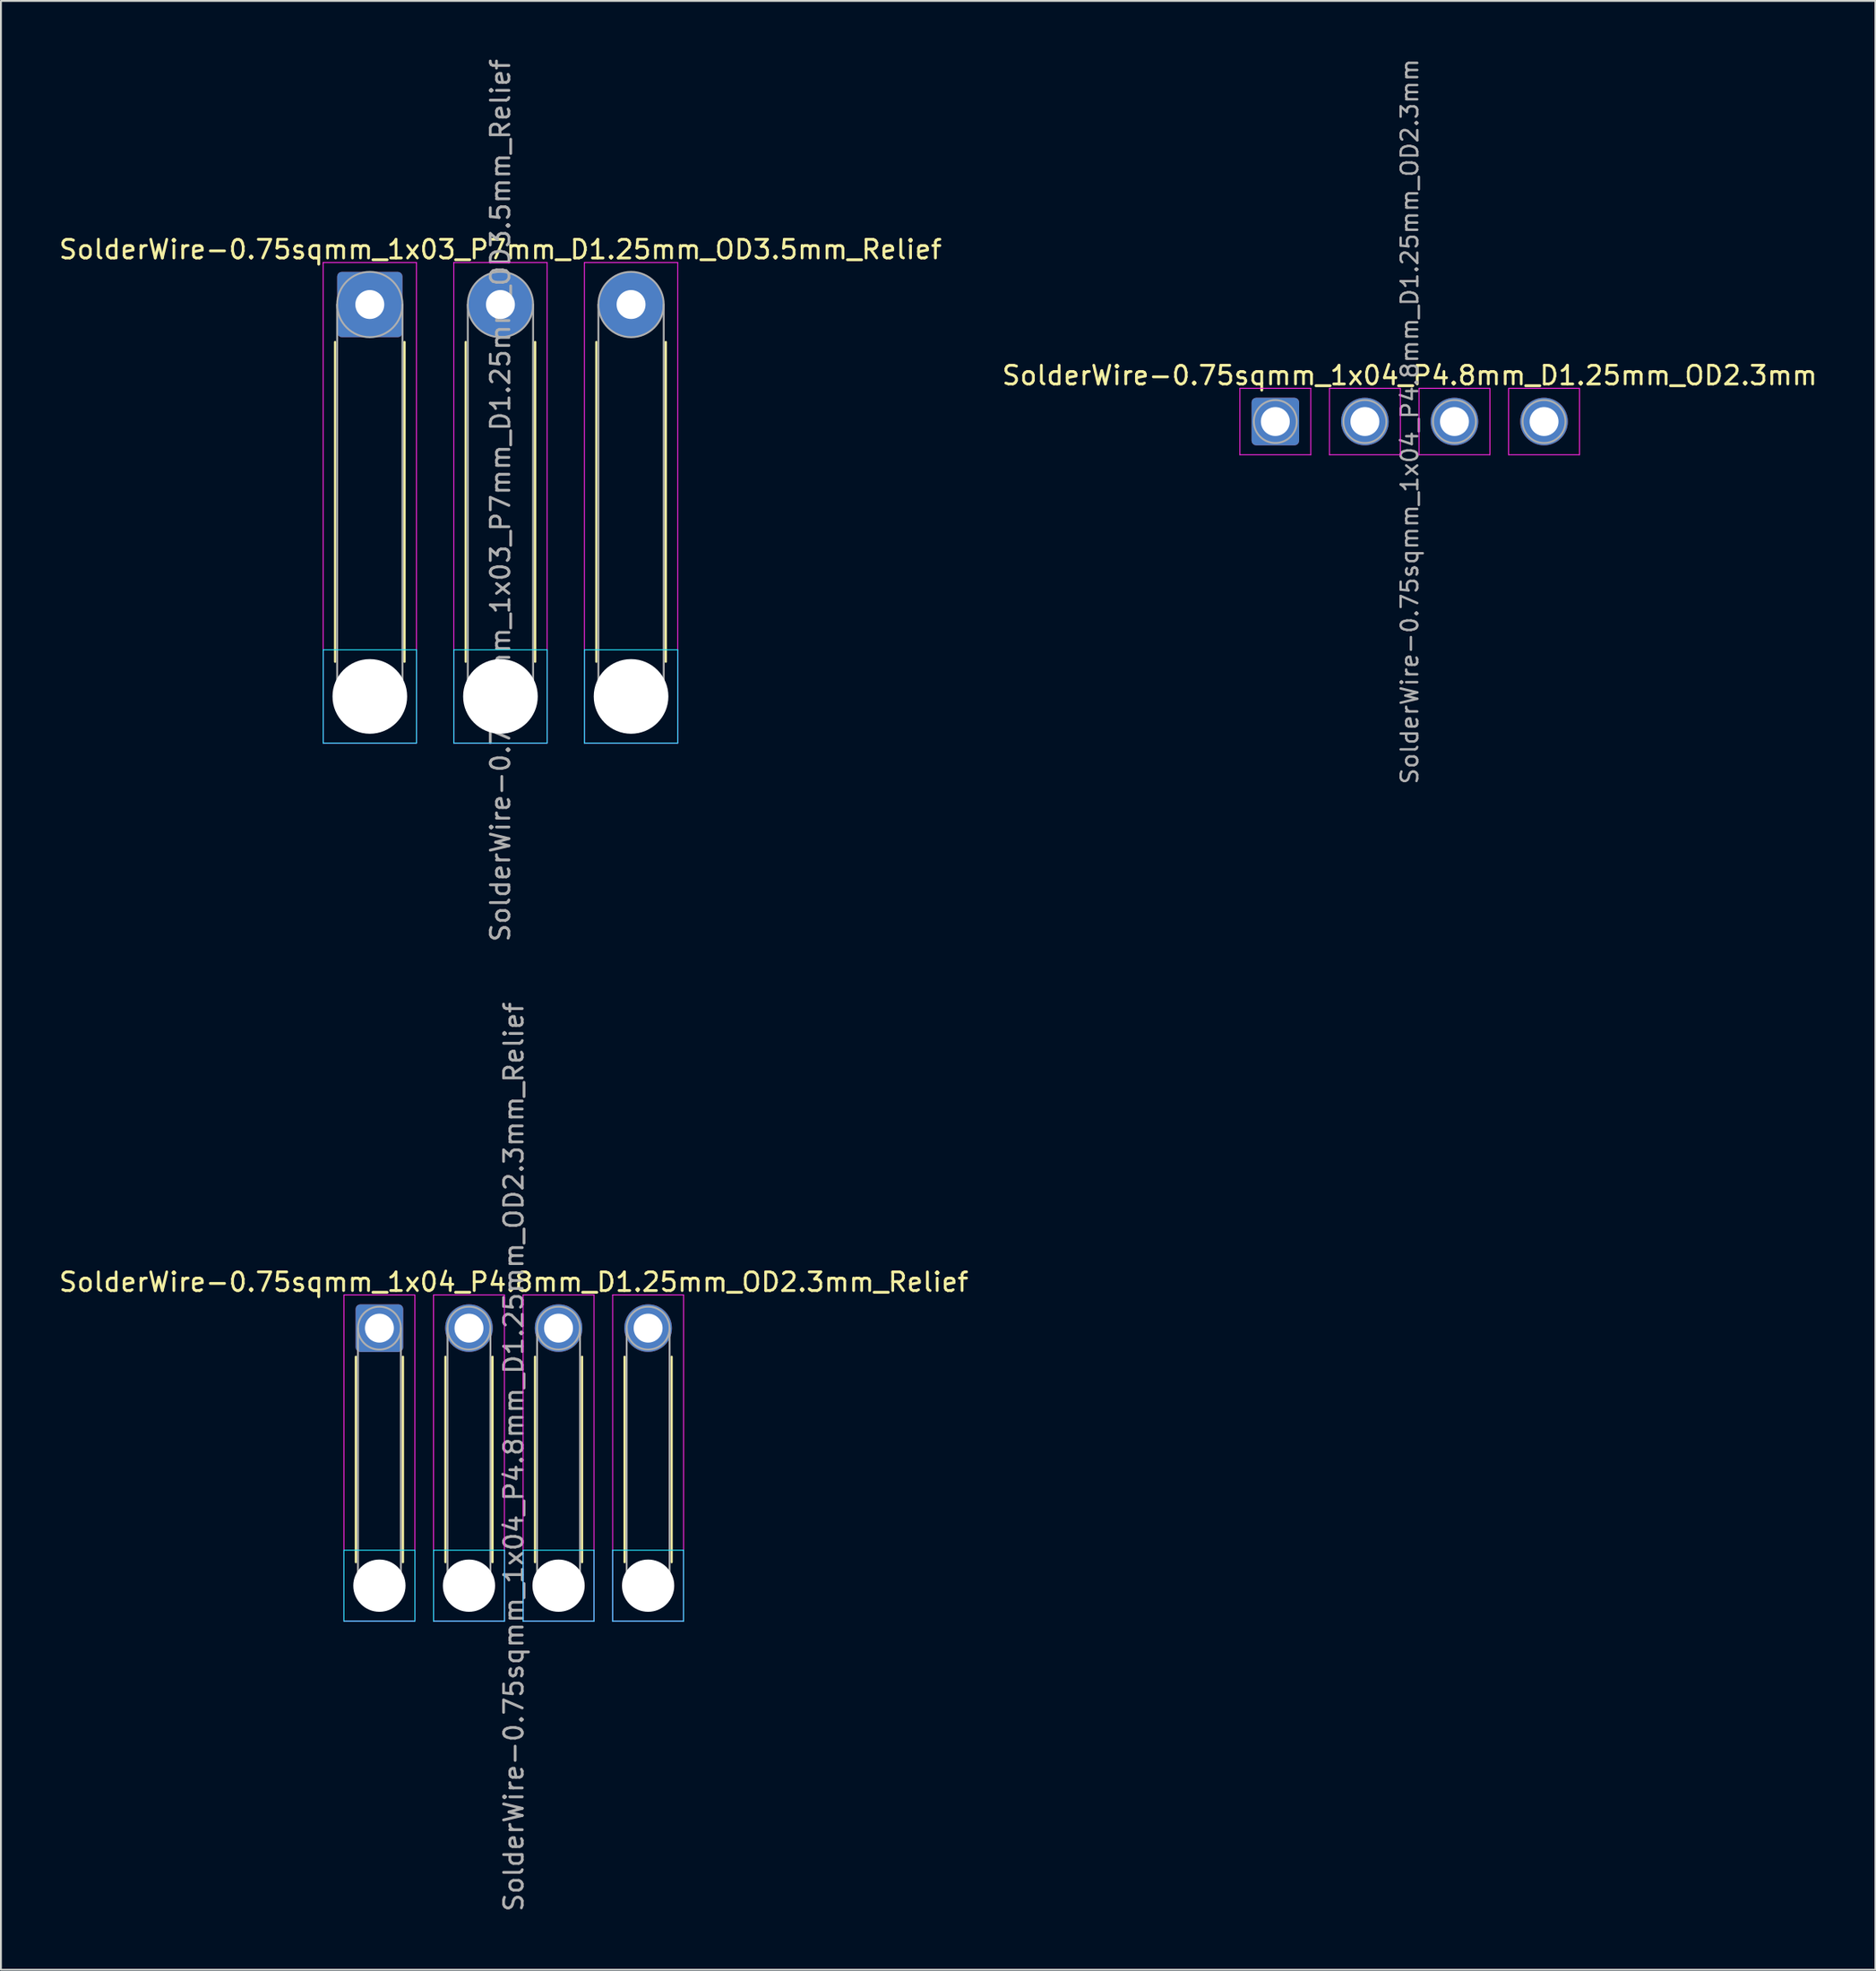
<source format=kicad_pcb>
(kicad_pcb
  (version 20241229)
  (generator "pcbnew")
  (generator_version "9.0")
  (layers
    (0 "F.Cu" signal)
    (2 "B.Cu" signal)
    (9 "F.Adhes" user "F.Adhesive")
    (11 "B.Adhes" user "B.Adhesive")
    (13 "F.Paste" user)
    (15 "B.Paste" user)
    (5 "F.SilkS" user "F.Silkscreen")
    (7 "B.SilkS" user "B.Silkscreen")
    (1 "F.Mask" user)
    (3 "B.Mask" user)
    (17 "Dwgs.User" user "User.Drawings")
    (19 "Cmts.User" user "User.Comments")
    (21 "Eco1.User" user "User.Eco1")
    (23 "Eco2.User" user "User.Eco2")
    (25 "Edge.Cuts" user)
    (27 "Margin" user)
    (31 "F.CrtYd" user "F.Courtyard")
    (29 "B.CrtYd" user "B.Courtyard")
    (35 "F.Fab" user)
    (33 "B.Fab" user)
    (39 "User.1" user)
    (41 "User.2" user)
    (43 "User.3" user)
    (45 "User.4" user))
  (footprint "SolderWire-0.75sqmm_1x04_P4.8mm_D1.25mm_OD2.3mm"
    (layer "F.Cu")
    (at 65.294 19.538)
    (property "Reference" "SolderWire-0.75sqmm_1x04_P4.8mm_D1.25mm_OD2.3mm" (at 7.2 -2.47 0) (layer "F.SilkS") (effects (font (size 1 1) (thickness 0.15))))
    (attr exclude_from_pos_files exclude_from_bom)
    (fp_line (start -1.9 -1.78) (end -1.9 1.78) (stroke (width 0.05) (type solid)) (layer "F.CrtYd"))
    (fp_line (start -1.9 1.78) (end 1.9 1.78) (stroke (width 0.05) (type solid)) (layer "F.CrtYd"))
    (fp_line (start 1.9 -1.78) (end -1.9 -1.78) (stroke (width 0.05) (type solid)) (layer "F.CrtYd"))
    (fp_line (start 1.9 1.78) (end 1.9 -1.78) (stroke (width 0.05) (type solid)) (layer "F.CrtYd"))
    (fp_line (start 2.9 -1.78) (end 2.9 1.78) (stroke (width 0.05) (type solid)) (layer "F.CrtYd"))
    (fp_line (start 2.9 1.78) (end 6.7 1.78) (stroke (width 0.05) (type solid)) (layer "F.CrtYd"))
    (fp_line (start 6.7 -1.78) (end 2.9 -1.78) (stroke (width 0.05) (type solid)) (layer "F.CrtYd"))
    (fp_line (start 6.7 1.78) (end 6.7 -1.78) (stroke (width 0.05) (type solid)) (layer "F.CrtYd"))
    (fp_line (start 7.7 -1.78) (end 7.7 1.78) (stroke (width 0.05) (type solid)) (layer "F.CrtYd"))
    (fp_line (start 7.7 1.78) (end 11.5 1.78) (stroke (width 0.05) (type solid)) (layer "F.CrtYd"))
    (fp_line (start 11.5 -1.78) (end 7.7 -1.78) (stroke (width 0.05) (type solid)) (layer "F.CrtYd"))
    (fp_line (start 11.5 1.78) (end 11.5 -1.78) (stroke (width 0.05) (type solid)) (layer "F.CrtYd"))
    (fp_line (start 12.5 -1.78) (end 12.5 1.78) (stroke (width 0.05) (type solid)) (layer "F.CrtYd"))
    (fp_line (start 12.5 1.78) (end 16.3 1.78) (stroke (width 0.05) (type solid)) (layer "F.CrtYd"))
    (fp_line (start 16.3 -1.78) (end 12.5 -1.78) (stroke (width 0.05) (type solid)) (layer "F.CrtYd"))
    (fp_line (start 16.3 1.78) (end 16.3 -1.78) (stroke (width 0.05) (type solid)) (layer "F.CrtYd"))
    (fp_circle (center 0 0) (end 1.15 0) (stroke (width 0.1) (type solid)) (fill no) (layer "F.Fab"))
    (fp_circle (center 4.8 0) (end 5.95 0) (stroke (width 0.1) (type solid)) (fill no) (layer "F.Fab"))
    (fp_circle (center 9.6 0) (end 10.75 0) (stroke (width 0.1) (type solid)) (fill no) (layer "F.Fab"))
    (fp_circle (center 14.4 0) (end 15.55 0) (stroke (width 0.1) (type solid)) (fill no) (layer "F.Fab"))
    (fp_text user "${REFERENCE}" (at 7.2 0 90) (layer "F.Fab") (effects (font (size 0.89 0.89) (thickness 0.13))))
    (pad "1" thru_hole roundrect (at 0 0) (size 2.55 2.55) (drill 1.55) (layers "*.Cu" "*.Mask") (roundrect_rratio 0.098))
    (pad "2" thru_hole circle (at 4.8 0) (size 2.55 2.55) (drill 1.55) (layers "*.Cu" "*.Mask"))
    (pad "3" thru_hole circle (at 9.6 0) (size 2.55 2.55) (drill 1.55) (layers "*.Cu" "*.Mask"))
    (pad "4" thru_hole circle (at 14.4 0) (size 2.55 2.55) (drill 1.55) (layers "*.Cu" "*.Mask")))
  (footprint "SolderWire-0.75sqmm_1x03_P7mm_D1.25mm_OD3.5mm_Relief"
    (layer "F.Cu")
    (at 16.768 13.268)
    (property "Reference" "SolderWire-0.75sqmm_1x03_P7mm_D1.25mm_OD3.5mm_Relief" (at 7 -2.95 0) (layer "F.SilkS") (effects (font (size 1 1) (thickness 0.15))))
    (attr exclude_from_pos_files exclude_from_bom)
    (fp_line (start -1.86 2.01) (end -1.86 19.14) (stroke (width 0.12) (type solid)) (layer "F.SilkS"))
    (fp_line (start 1.86 2.01) (end 1.86 19.14) (stroke (width 0.12) (type solid)) (layer "F.SilkS"))
    (fp_line (start 5.14 2.01) (end 5.14 19.14) (stroke (width 0.12) (type solid)) (layer "F.SilkS"))
    (fp_line (start 8.86 2.01) (end 8.86 19.14) (stroke (width 0.12) (type solid)) (layer "F.SilkS"))
    (fp_line (start 12.14 2.01) (end 12.14 19.14) (stroke (width 0.12) (type solid)) (layer "F.SilkS"))
    (fp_line (start 15.86 2.01) (end 15.86 19.14) (stroke (width 0.12) (type solid)) (layer "F.SilkS"))
    (fp_line (start -2.5 18.5) (end -2.5 23.5) (stroke (width 0.05) (type solid)) (layer "B.CrtYd"))
    (fp_line (start -2.5 23.5) (end 2.5 23.5) (stroke (width 0.05) (type solid)) (layer "B.CrtYd"))
    (fp_line (start 2.5 18.5) (end -2.5 18.5) (stroke (width 0.05) (type solid)) (layer "B.CrtYd"))
    (fp_line (start 2.5 23.5) (end 2.5 18.5) (stroke (width 0.05) (type solid)) (layer "B.CrtYd"))
    (fp_line (start 4.5 18.5) (end 4.5 23.5) (stroke (width 0.05) (type solid)) (layer "B.CrtYd"))
    (fp_line (start 4.5 23.5) (end 9.5 23.5) (stroke (width 0.05) (type solid)) (layer "B.CrtYd"))
    (fp_line (start 9.5 18.5) (end 4.5 18.5) (stroke (width 0.05) (type solid)) (layer "B.CrtYd"))
    (fp_line (start 9.5 23.5) (end 9.5 18.5) (stroke (width 0.05) (type solid)) (layer "B.CrtYd"))
    (fp_line (start 11.5 18.5) (end 11.5 23.5) (stroke (width 0.05) (type solid)) (layer "B.CrtYd"))
    (fp_line (start 11.5 23.5) (end 16.5 23.5) (stroke (width 0.05) (type solid)) (layer "B.CrtYd"))
    (fp_line (start 16.5 18.5) (end 11.5 18.5) (stroke (width 0.05) (type solid)) (layer "B.CrtYd"))
    (fp_line (start 16.5 23.5) (end 16.5 18.5) (stroke (width 0.05) (type solid)) (layer "B.CrtYd"))
    (fp_line (start -2.5 -2.25) (end -2.5 23.5) (stroke (width 0.05) (type solid)) (layer "F.CrtYd"))
    (fp_line (start -2.5 23.5) (end 2.5 23.5) (stroke (width 0.05) (type solid)) (layer "F.CrtYd"))
    (fp_line (start 2.5 -2.25) (end -2.5 -2.25) (stroke (width 0.05) (type solid)) (layer "F.CrtYd"))
    (fp_line (start 2.5 23.5) (end 2.5 -2.25) (stroke (width 0.05) (type solid)) (layer "F.CrtYd"))
    (fp_line (start 4.5 -2.25) (end 4.5 23.5) (stroke (width 0.05) (type solid)) (layer "F.CrtYd"))
    (fp_line (start 4.5 23.5) (end 9.5 23.5) (stroke (width 0.05) (type solid)) (layer "F.CrtYd"))
    (fp_line (start 9.5 -2.25) (end 4.5 -2.25) (stroke (width 0.05) (type solid)) (layer "F.CrtYd"))
    (fp_line (start 9.5 23.5) (end 9.5 -2.25) (stroke (width 0.05) (type solid)) (layer "F.CrtYd"))
    (fp_line (start 11.5 -2.25) (end 11.5 23.5) (stroke (width 0.05) (type solid)) (layer "F.CrtYd"))
    (fp_line (start 11.5 23.5) (end 16.5 23.5) (stroke (width 0.05) (type solid)) (layer "F.CrtYd"))
    (fp_line (start 16.5 -2.25) (end 11.5 -2.25) (stroke (width 0.05) (type solid)) (layer "F.CrtYd"))
    (fp_line (start 16.5 23.5) (end 16.5 -2.25) (stroke (width 0.05) (type solid)) (layer "F.CrtYd"))
    (fp_line (start -1.75 0) (end -1.75 21) (stroke (width 0.1) (type solid)) (layer "F.Fab"))
    (fp_line (start 1.75 0) (end 1.75 21) (stroke (width 0.1) (type solid)) (layer "F.Fab"))
    (fp_line (start 5.25 0) (end 5.25 21) (stroke (width 0.1) (type solid)) (layer "F.Fab"))
    (fp_line (start 8.75 0) (end 8.75 21) (stroke (width 0.1) (type solid)) (layer "F.Fab"))
    (fp_line (start 12.25 0) (end 12.25 21) (stroke (width 0.1) (type solid)) (layer "F.Fab"))
    (fp_line (start 15.75 0) (end 15.75 21) (stroke (width 0.1) (type solid)) (layer "F.Fab"))
    (fp_circle (center 0 0) (end 1.75 0) (stroke (width 0.1) (type solid)) (fill no) (layer "F.Fab"))
    (fp_circle (center 0 21) (end 1.75 21) (stroke (width 0.1) (type solid)) (fill no) (layer "F.Fab"))
    (fp_circle (center 7 0) (end 8.75 0) (stroke (width 0.1) (type solid)) (fill no) (layer "F.Fab"))
    (fp_circle (center 7 21) (end 8.75 21) (stroke (width 0.1) (type solid)) (fill no) (layer "F.Fab"))
    (fp_circle (center 14 0) (end 15.75 0) (stroke (width 0.1) (type solid)) (fill no) (layer "F.Fab"))
    (fp_circle (center 14 21) (end 15.75 21) (stroke (width 0.1) (type solid)) (fill no) (layer "F.Fab"))
    (fp_text user "${REFERENCE}" (at 7 10.5 90) (layer "F.Fab") (effects (font (size 1 1) (thickness 0.15))))
    (pad "" np_thru_hole circle (at 0 21) (size 4 4) (drill 4) (layers "*.Cu" "*.Mask"))
    (pad "" np_thru_hole circle (at 7 21) (size 4 4) (drill 4) (layers "*.Cu" "*.Mask"))
    (pad "" np_thru_hole circle (at 14 21) (size 4 4) (drill 4) (layers "*.Cu" "*.Mask"))
    (pad "1" thru_hole roundrect (at 0 0) (size 3.5 3.5) (drill 1.55) (layers "*.Cu" "*.Mask") (roundrect_rratio 0.071))
    (pad "2" thru_hole circle (at 7 0) (size 3.5 3.5) (drill 1.55) (layers "*.Cu" "*.Mask"))
    (pad "3" thru_hole circle (at 14 0) (size 3.5 3.5) (drill 1.55) (layers "*.Cu" "*.Mask")))
  (footprint "SolderWire-0.75sqmm_1x04_P4.8mm_D1.25mm_OD2.3mm_Relief"
    (layer "F.Cu")
    (at 17.282 68.118)
    (property "Reference" "SolderWire-0.75sqmm_1x04_P4.8mm_D1.25mm_OD2.3mm_Relief" (at 7.2 -2.47 0) (layer "F.SilkS") (effects (font (size 1 1) (thickness 0.15))))
    (attr exclude_from_pos_files exclude_from_bom)
    (fp_line (start -1.26 1.535) (end -1.26 12.54) (stroke (width 0.12) (type solid)) (layer "F.SilkS"))
    (fp_line (start 1.26 1.535) (end 1.26 12.54) (stroke (width 0.12) (type solid)) (layer "F.SilkS"))
    (fp_line (start 3.54 1.535) (end 3.54 12.54) (stroke (width 0.12) (type solid)) (layer "F.SilkS"))
    (fp_line (start 6.06 1.535) (end 6.06 12.54) (stroke (width 0.12) (type solid)) (layer "F.SilkS"))
    (fp_line (start 8.34 1.535) (end 8.34 12.54) (stroke (width 0.12) (type solid)) (layer "F.SilkS"))
    (fp_line (start 10.86 1.535) (end 10.86 12.54) (stroke (width 0.12) (type solid)) (layer "F.SilkS"))
    (fp_line (start 13.14 1.535) (end 13.14 12.54) (stroke (width 0.12) (type solid)) (layer "F.SilkS"))
    (fp_line (start 15.66 1.535) (end 15.66 12.54) (stroke (width 0.12) (type solid)) (layer "F.SilkS"))
    (fp_line (start -1.9 11.9) (end -1.9 15.7) (stroke (width 0.05) (type solid)) (layer "B.CrtYd"))
    (fp_line (start -1.9 15.7) (end 1.9 15.7) (stroke (width 0.05) (type solid)) (layer "B.CrtYd"))
    (fp_line (start 1.9 11.9) (end -1.9 11.9) (stroke (width 0.05) (type solid)) (layer "B.CrtYd"))
    (fp_line (start 1.9 15.7) (end 1.9 11.9) (stroke (width 0.05) (type solid)) (layer "B.CrtYd"))
    (fp_line (start 2.9 11.9) (end 2.9 15.7) (stroke (width 0.05) (type solid)) (layer "B.CrtYd"))
    (fp_line (start 2.9 15.7) (end 6.7 15.7) (stroke (width 0.05) (type solid)) (layer "B.CrtYd"))
    (fp_line (start 6.7 11.9) (end 2.9 11.9) (stroke (width 0.05) (type solid)) (layer "B.CrtYd"))
    (fp_line (start 6.7 15.7) (end 6.7 11.9) (stroke (width 0.05) (type solid)) (layer "B.CrtYd"))
    (fp_line (start 7.7 11.9) (end 7.7 15.7) (stroke (width 0.05) (type solid)) (layer "B.CrtYd"))
    (fp_line (start 7.7 15.7) (end 11.5 15.7) (stroke (width 0.05) (type solid)) (layer "B.CrtYd"))
    (fp_line (start 11.5 11.9) (end 7.7 11.9) (stroke (width 0.05) (type solid)) (layer "B.CrtYd"))
    (fp_line (start 11.5 15.7) (end 11.5 11.9) (stroke (width 0.05) (type solid)) (layer "B.CrtYd"))
    (fp_line (start 12.5 11.9) (end 12.5 15.7) (stroke (width 0.05) (type solid)) (layer "B.CrtYd"))
    (fp_line (start 12.5 15.7) (end 16.3 15.7) (stroke (width 0.05) (type solid)) (layer "B.CrtYd"))
    (fp_line (start 16.3 11.9) (end 12.5 11.9) (stroke (width 0.05) (type solid)) (layer "B.CrtYd"))
    (fp_line (start 16.3 15.7) (end 16.3 11.9) (stroke (width 0.05) (type solid)) (layer "B.CrtYd"))
    (fp_line (start -1.9 -1.78) (end -1.9 15.7) (stroke (width 0.05) (type solid)) (layer "F.CrtYd"))
    (fp_line (start -1.9 15.7) (end 1.9 15.7) (stroke (width 0.05) (type solid)) (layer "F.CrtYd"))
    (fp_line (start 1.9 -1.78) (end -1.9 -1.78) (stroke (width 0.05) (type solid)) (layer "F.CrtYd"))
    (fp_line (start 1.9 15.7) (end 1.9 -1.78) (stroke (width 0.05) (type solid)) (layer "F.CrtYd"))
    (fp_line (start 2.9 -1.78) (end 2.9 15.7) (stroke (width 0.05) (type solid)) (layer "F.CrtYd"))
    (fp_line (start 2.9 15.7) (end 6.7 15.7) (stroke (width 0.05) (type solid)) (layer "F.CrtYd"))
    (fp_line (start 6.7 -1.78) (end 2.9 -1.78) (stroke (width 0.05) (type solid)) (layer "F.CrtYd"))
    (fp_line (start 6.7 15.7) (end 6.7 -1.78) (stroke (width 0.05) (type solid)) (layer "F.CrtYd"))
    (fp_line (start 7.7 -1.78) (end 7.7 15.7) (stroke (width 0.05) (type solid)) (layer "F.CrtYd"))
    (fp_line (start 7.7 15.7) (end 11.5 15.7) (stroke (width 0.05) (type solid)) (layer "F.CrtYd"))
    (fp_line (start 11.5 -1.78) (end 7.7 -1.78) (stroke (width 0.05) (type solid)) (layer "F.CrtYd"))
    (fp_line (start 11.5 15.7) (end 11.5 -1.78) (stroke (width 0.05) (type solid)) (layer "F.CrtYd"))
    (fp_line (start 12.5 -1.78) (end 12.5 15.7) (stroke (width 0.05) (type solid)) (layer "F.CrtYd"))
    (fp_line (start 12.5 15.7) (end 16.3 15.7) (stroke (width 0.05) (type solid)) (layer "F.CrtYd"))
    (fp_line (start 16.3 -1.78) (end 12.5 -1.78) (stroke (width 0.05) (type solid)) (layer "F.CrtYd"))
    (fp_line (start 16.3 15.7) (end 16.3 -1.78) (stroke (width 0.05) (type solid)) (layer "F.CrtYd"))
    (fp_line (start -1.15 0) (end -1.15 13.8) (stroke (width 0.1) (type solid)) (layer "F.Fab"))
    (fp_line (start 1.15 0) (end 1.15 13.8) (stroke (width 0.1) (type solid)) (layer "F.Fab"))
    (fp_line (start 3.65 0) (end 3.65 13.8) (stroke (width 0.1) (type solid)) (layer "F.Fab"))
    (fp_line (start 5.95 0) (end 5.95 13.8) (stroke (width 0.1) (type solid)) (layer "F.Fab"))
    (fp_line (start 8.45 0) (end 8.45 13.8) (stroke (width 0.1) (type solid)) (layer "F.Fab"))
    (fp_line (start 10.75 0) (end 10.75 13.8) (stroke (width 0.1) (type solid)) (layer "F.Fab"))
    (fp_line (start 13.25 0) (end 13.25 13.8) (stroke (width 0.1) (type solid)) (layer "F.Fab"))
    (fp_line (start 15.55 0) (end 15.55 13.8) (stroke (width 0.1) (type solid)) (layer "F.Fab"))
    (fp_circle (center 0 0) (end 1.15 0) (stroke (width 0.1) (type solid)) (fill no) (layer "F.Fab"))
    (fp_circle (center 0 13.8) (end 1.15 13.8) (stroke (width 0.1) (type solid)) (fill no) (layer "F.Fab"))
    (fp_circle (center 4.8 0) (end 5.95 0) (stroke (width 0.1) (type solid)) (fill no) (layer "F.Fab"))
    (fp_circle (center 4.8 13.8) (end 5.95 13.8) (stroke (width 0.1) (type solid)) (fill no) (layer "F.Fab"))
    (fp_circle (center 9.6 0) (end 10.75 0) (stroke (width 0.1) (type solid)) (fill no) (layer "F.Fab"))
    (fp_circle (center 9.6 13.8) (end 10.75 13.8) (stroke (width 0.1) (type solid)) (fill no) (layer "F.Fab"))
    (fp_circle (center 14.4 0) (end 15.55 0) (stroke (width 0.1) (type solid)) (fill no) (layer "F.Fab"))
    (fp_circle (center 14.4 13.8) (end 15.55 13.8) (stroke (width 0.1) (type solid)) (fill no) (layer "F.Fab"))
    (fp_text user "${REFERENCE}" (at 7.2 6.9 90) (layer "F.Fab") (effects (font (size 1 1) (thickness 0.15))))
    (pad "" np_thru_hole circle (at 0 13.8) (size 2.8 2.8) (drill 2.8) (layers "*.Cu" "*.Mask"))
    (pad "" np_thru_hole circle (at 4.8 13.8) (size 2.8 2.8) (drill 2.8) (layers "*.Cu" "*.Mask"))
    (pad "" np_thru_hole circle (at 9.6 13.8) (size 2.8 2.8) (drill 2.8) (layers "*.Cu" "*.Mask"))
    (pad "" np_thru_hole circle (at 14.4 13.8) (size 2.8 2.8) (drill 2.8) (layers "*.Cu" "*.Mask"))
    (pad "1" thru_hole roundrect (at 0 0) (size 2.55 2.55) (drill 1.55) (layers "*.Cu" "*.Mask") (roundrect_rratio 0.098))
    (pad "2" thru_hole circle (at 4.8 0) (size 2.55 2.55) (drill 1.55) (layers "*.Cu" "*.Mask"))
    (pad "3" thru_hole circle (at 9.6 0) (size 2.55 2.55) (drill 1.55) (layers "*.Cu" "*.Mask"))
    (pad "4" thru_hole circle (at 14.4 0) (size 2.55 2.55) (drill 1.55) (layers "*.Cu" "*.Mask")))
  (gr_rect
    (start -3 -3)
    (end 97.452 102.5)
    (stroke (width 0.1) (type default))
    (fill no)
    (layer "Edge.Cuts")))
</source>
